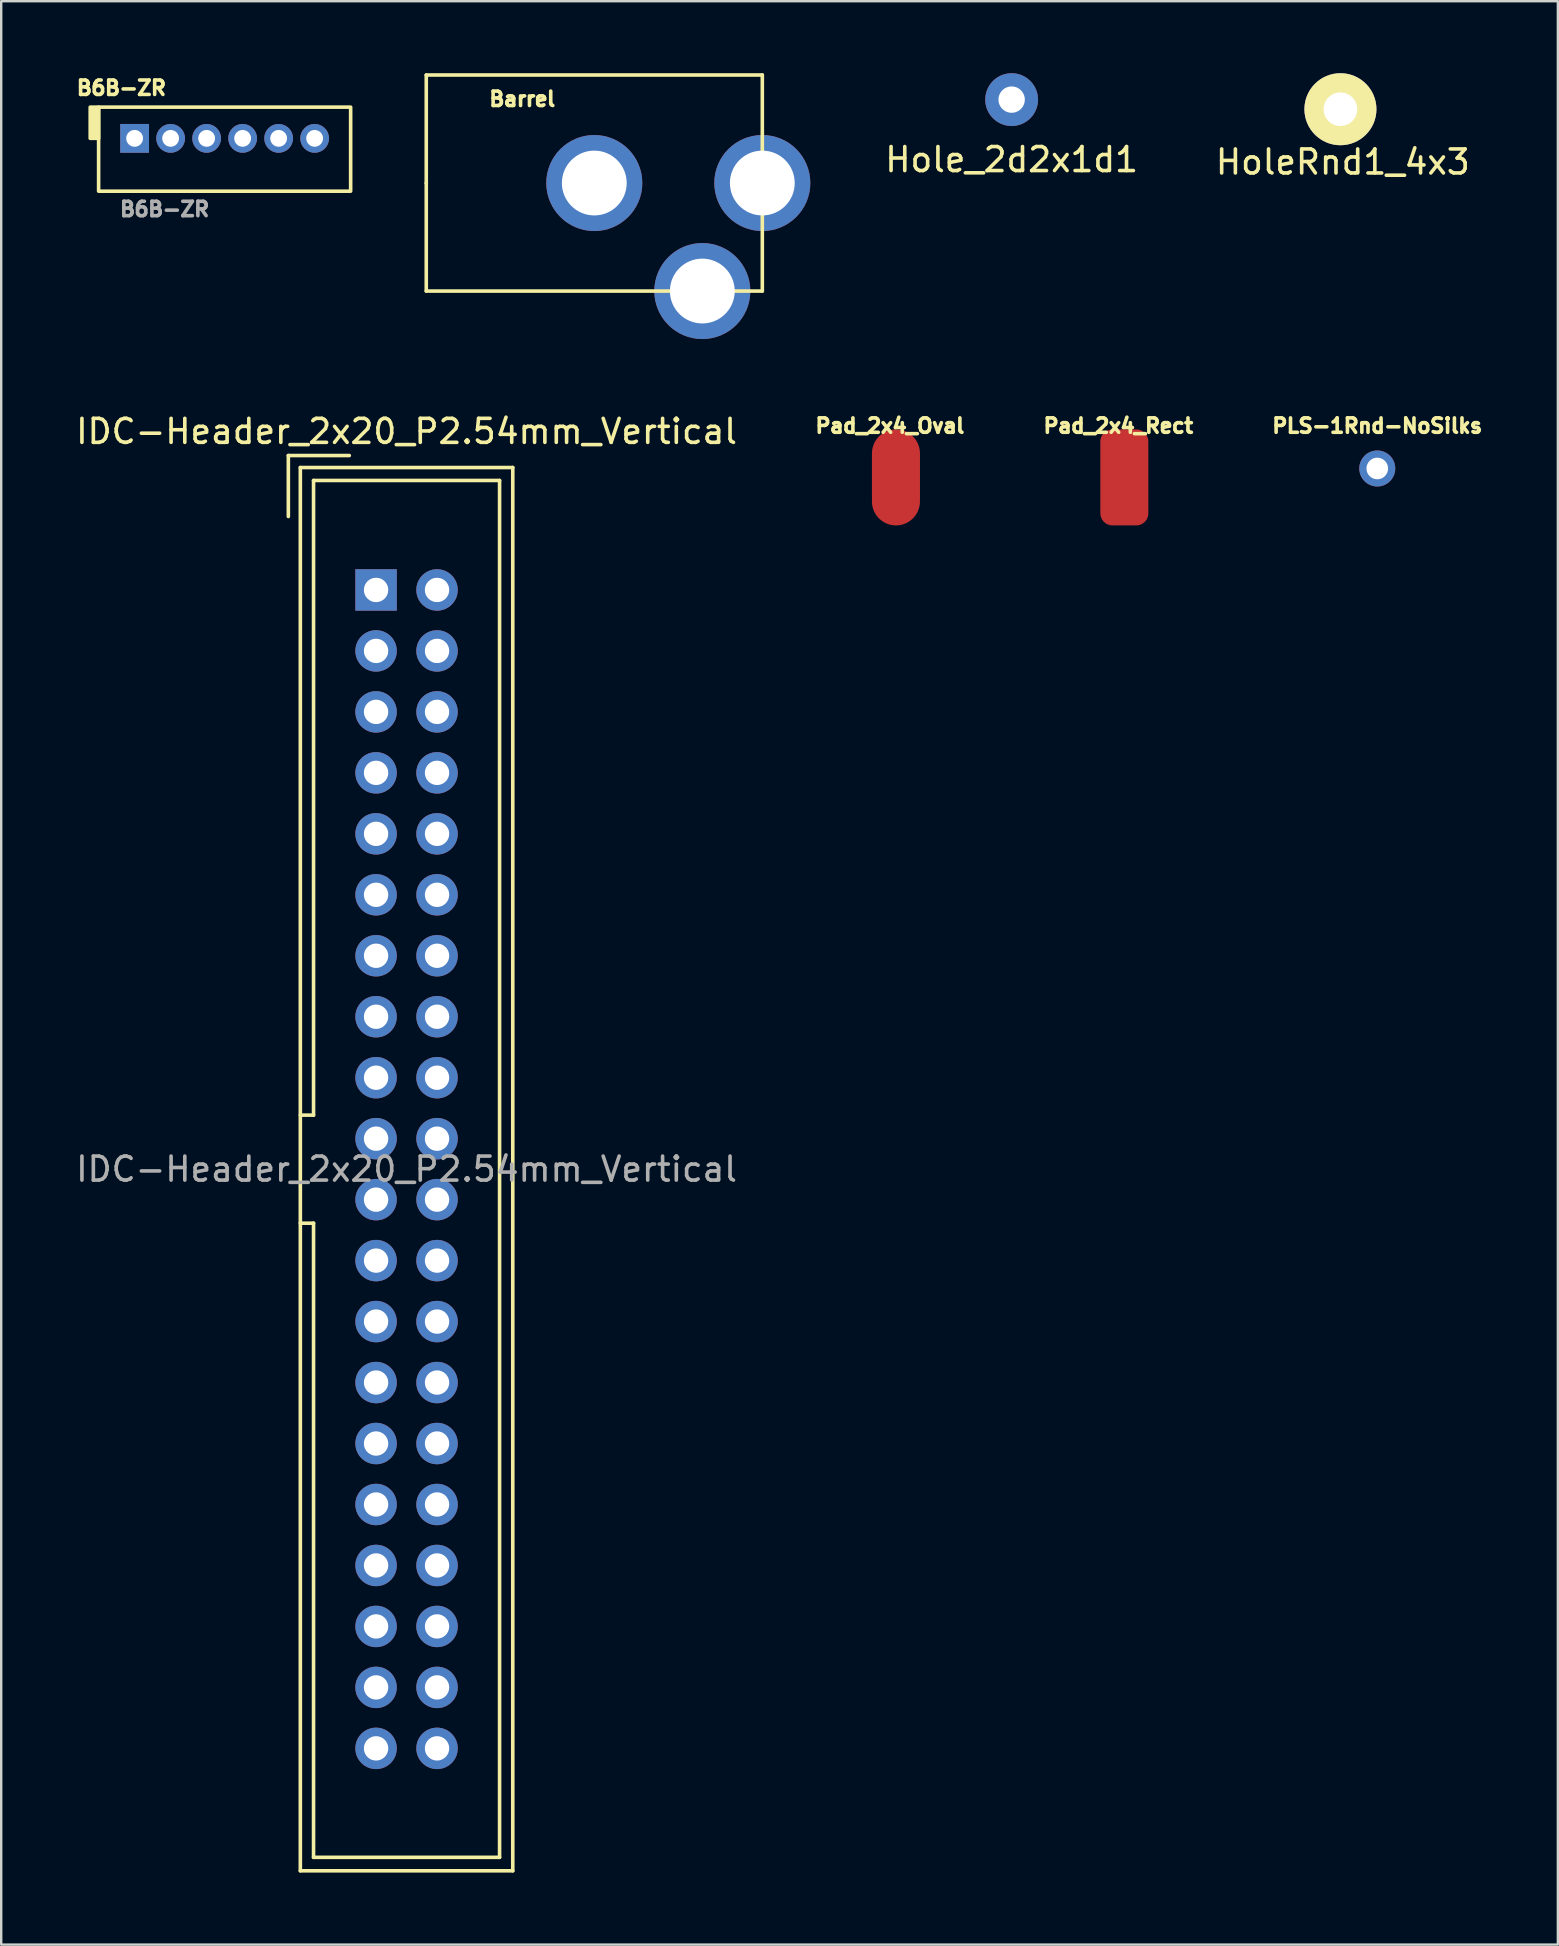
<source format=kicad_pcb>
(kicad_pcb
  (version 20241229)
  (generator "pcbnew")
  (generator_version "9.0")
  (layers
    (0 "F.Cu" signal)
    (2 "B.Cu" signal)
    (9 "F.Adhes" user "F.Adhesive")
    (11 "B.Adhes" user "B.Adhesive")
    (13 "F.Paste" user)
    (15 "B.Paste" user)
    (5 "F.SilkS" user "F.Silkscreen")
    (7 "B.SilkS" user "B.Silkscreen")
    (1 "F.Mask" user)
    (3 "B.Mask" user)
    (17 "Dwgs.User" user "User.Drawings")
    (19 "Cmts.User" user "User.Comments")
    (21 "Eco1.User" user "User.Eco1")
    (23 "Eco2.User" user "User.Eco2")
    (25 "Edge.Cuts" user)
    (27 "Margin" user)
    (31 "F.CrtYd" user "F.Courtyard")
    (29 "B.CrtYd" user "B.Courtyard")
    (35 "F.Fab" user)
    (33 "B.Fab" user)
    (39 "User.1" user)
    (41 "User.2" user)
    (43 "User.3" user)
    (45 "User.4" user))
  (footprint "IDC-Header_2x20_P2.54mm_Vertical"
    (layer "F.Cu")
    (at 12.617 21.527)
    (property "Reference" "IDC-Header_2x20_P2.54mm_Vertical" (at 1.27 -6.604 0) (layer "F.SilkS") (effects (font (size 1 1) (thickness 0.15))))
    (attr through_hole)
    (fp_line (start -3.655 -5.6) (end -3.655 -3.06) (stroke (width 0.15) (type solid)) (layer "F.SilkS"))
    (fp_line (start -3.655 -5.6) (end -1.115 -5.6) (stroke (width 0.15) (type solid)) (layer "F.SilkS"))
    (fp_line (start -3.155 -5.1) (end -3.155 53.36) (stroke (width 0.15) (type solid)) (layer "F.SilkS"))
    (fp_line (start -2.605 -4.56) (end -2.605 21.88) (stroke (width 0.15) (type solid)) (layer "F.SilkS"))
    (fp_line (start -2.605 21.88) (end -3.155 21.88) (stroke (width 0.15) (type solid)) (layer "F.SilkS"))
    (fp_line (start -2.605 26.38) (end -3.155 26.38) (stroke (width 0.15) (type solid)) (layer "F.SilkS"))
    (fp_line (start -2.605 26.38) (end -2.605 52.8) (stroke (width 0.15) (type solid)) (layer "F.SilkS"))
    (fp_line (start 5.145 -4.56) (end -2.605 -4.56) (stroke (width 0.15) (type solid)) (layer "F.SilkS"))
    (fp_line (start 5.145 -4.56) (end 5.145 52.8) (stroke (width 0.15) (type solid)) (layer "F.SilkS"))
    (fp_line (start 5.145 52.8) (end -2.605 52.8) (stroke (width 0.15) (type solid)) (layer "F.SilkS"))
    (fp_line (start 5.695 -5.1) (end -3.155 -5.1) (stroke (width 0.15) (type solid)) (layer "F.SilkS"))
    (fp_line (start 5.695 -5.1) (end 5.695 53.36) (stroke (width 0.15) (type solid)) (layer "F.SilkS"))
    (fp_line (start 5.695 53.36) (end -3.155 53.36) (stroke (width 0.15) (type solid)) (layer "F.SilkS"))
    (fp_text user "${REFERENCE}" (at 1.27 24.13 0) (layer "F.Fab") (effects (font (size 1 1) (thickness 0.15))))
    (pad "1" thru_hole rect (at 0 0) (size 1.727 1.727) (drill 1.016) (layers "*.Cu" "*.Mask"))
    (pad "2" thru_hole oval (at 2.54 0) (size 1.727 1.727) (drill 1.016) (layers "*.Cu" "*.Mask"))
    (pad "3" thru_hole oval (at 0 2.54) (size 1.727 1.727) (drill 1.016) (layers "*.Cu" "*.Mask"))
    (pad "4" thru_hole oval (at 2.54 2.54) (size 1.727 1.727) (drill 1.016) (layers "*.Cu" "*.Mask"))
    (pad "5" thru_hole oval (at 0 5.08) (size 1.727 1.727) (drill 1.016) (layers "*.Cu" "*.Mask"))
    (pad "6" thru_hole oval (at 2.54 5.08) (size 1.727 1.727) (drill 1.016) (layers "*.Cu" "*.Mask"))
    (pad "7" thru_hole oval (at 0 7.62) (size 1.727 1.727) (drill 1.016) (layers "*.Cu" "*.Mask"))
    (pad "8" thru_hole oval (at 2.54 7.62) (size 1.727 1.727) (drill 1.016) (layers "*.Cu" "*.Mask"))
    (pad "9" thru_hole oval (at 0 10.16) (size 1.727 1.727) (drill 1.016) (layers "*.Cu" "*.Mask"))
    (pad "10" thru_hole oval (at 2.54 10.16) (size 1.727 1.727) (drill 1.016) (layers "*.Cu" "*.Mask"))
    (pad "11" thru_hole oval (at 0 12.7) (size 1.727 1.727) (drill 1.016) (layers "*.Cu" "*.Mask"))
    (pad "12" thru_hole oval (at 2.54 12.7) (size 1.727 1.727) (drill 1.016) (layers "*.Cu" "*.Mask"))
    (pad "13" thru_hole oval (at 0 15.24) (size 1.727 1.727) (drill 1.016) (layers "*.Cu" "*.Mask"))
    (pad "14" thru_hole oval (at 2.54 15.24) (size 1.727 1.727) (drill 1.016) (layers "*.Cu" "*.Mask"))
    (pad "15" thru_hole oval (at 0 17.78) (size 1.727 1.727) (drill 1.016) (layers "*.Cu" "*.Mask"))
    (pad "16" thru_hole oval (at 2.54 17.78) (size 1.727 1.727) (drill 1.016) (layers "*.Cu" "*.Mask"))
    (pad "17" thru_hole oval (at 0 20.32) (size 1.727 1.727) (drill 1.016) (layers "*.Cu" "*.Mask"))
    (pad "18" thru_hole oval (at 2.54 20.32) (size 1.727 1.727) (drill 1.016) (layers "*.Cu" "*.Mask"))
    (pad "19" thru_hole oval (at 0 22.86) (size 1.727 1.727) (drill 1.016) (layers "*.Cu" "*.Mask"))
    (pad "20" thru_hole oval (at 2.54 22.86) (size 1.727 1.727) (drill 1.016) (layers "*.Cu" "*.Mask"))
    (pad "21" thru_hole oval (at 0 25.4) (size 1.727 1.727) (drill 1.016) (layers "*.Cu" "*.Mask"))
    (pad "22" thru_hole oval (at 2.54 25.4) (size 1.727 1.727) (drill 1.016) (layers "*.Cu" "*.Mask"))
    (pad "23" thru_hole oval (at 0 27.94) (size 1.727 1.727) (drill 1.016) (layers "*.Cu" "*.Mask"))
    (pad "24" thru_hole oval (at 2.54 27.94) (size 1.727 1.727) (drill 1.016) (layers "*.Cu" "*.Mask"))
    (pad "25" thru_hole oval (at 0 30.48) (size 1.727 1.727) (drill 1.016) (layers "*.Cu" "*.Mask"))
    (pad "26" thru_hole oval (at 2.54 30.48) (size 1.727 1.727) (drill 1.016) (layers "*.Cu" "*.Mask"))
    (pad "27" thru_hole oval (at 0 33.02) (size 1.727 1.727) (drill 1.016) (layers "*.Cu" "*.Mask"))
    (pad "28" thru_hole oval (at 2.54 33.02) (size 1.727 1.727) (drill 1.016) (layers "*.Cu" "*.Mask"))
    (pad "29" thru_hole oval (at 0 35.56) (size 1.727 1.727) (drill 1.016) (layers "*.Cu" "*.Mask"))
    (pad "30" thru_hole oval (at 2.54 35.56) (size 1.727 1.727) (drill 1.016) (layers "*.Cu" "*.Mask"))
    (pad "31" thru_hole oval (at 0 38.1) (size 1.727 1.727) (drill 1.016) (layers "*.Cu" "*.Mask"))
    (pad "32" thru_hole oval (at 2.54 38.1) (size 1.727 1.727) (drill 1.016) (layers "*.Cu" "*.Mask"))
    (pad "33" thru_hole oval (at 0 40.64) (size 1.727 1.727) (drill 1.016) (layers "*.Cu" "*.Mask"))
    (pad "34" thru_hole oval (at 2.54 40.64) (size 1.727 1.727) (drill 1.016) (layers "*.Cu" "*.Mask"))
    (pad "35" thru_hole oval (at 0 43.18) (size 1.727 1.727) (drill 1.016) (layers "*.Cu" "*.Mask"))
    (pad "36" thru_hole oval (at 2.54 43.18) (size 1.727 1.727) (drill 1.016) (layers "*.Cu" "*.Mask"))
    (pad "37" thru_hole oval (at 0 45.72) (size 1.727 1.727) (drill 1.016) (layers "*.Cu" "*.Mask"))
    (pad "38" thru_hole oval (at 2.54 45.72) (size 1.727 1.727) (drill 1.016) (layers "*.Cu" "*.Mask"))
    (pad "39" thru_hole oval (at 0 48.26) (size 1.727 1.727) (drill 1.016) (layers "*.Cu" "*.Mask"))
    (pad "40" thru_hole oval (at 2.54 48.26) (size 1.727 1.727) (drill 1.016) (layers "*.Cu" "*.Mask")))
  (footprint "HoleRnd1_4x3"
    (layer "F.Cu")
    (at 52.792 1.5)
    (property "Reference" "HoleRnd1_4x3" (at 0.1 2.2 0) (layer "F.SilkS") (effects (font (size 1 1) (thickness 0.15))))
    (attr through_hole)
    (pad "1" thru_hole circle (at 0 0) (size 3 3) (drill 1.4) (layers "*.Cu" "*.Mask" "F.SilkS")))
  (footprint "B6B-ZR"
    (layer "F.Cu")
    (at 2.558 2.714)
    (property "Reference" "B6B-ZR" (at -0.55 -2.1 0) (unlocked yes) (layer "F.SilkS") (effects (font (size 0.6 0.6) (thickness 0.15) (bold yes))))
    (attr through_hole)
    (fp_rect (start -1.85 -1.3) (end -1.5 0) (stroke (width 0.15) (type default)) (fill yes) (layer "F.SilkS"))
    (fp_rect (start -1.5 -1.3) (end 9 2.2) (stroke (width 0.15) (type default)) (fill no) (layer "F.SilkS"))
    (fp_text user "${REFERENCE}" (at 1.25 2.95 0) (unlocked yes) (layer "F.Fab") (effects (font (size 0.6 0.6) (thickness 0.15) (bold yes))))
    (pad "1" thru_hole rect (at 0 0) (size 1.2 1.2) (drill 0.7) (layers "*.Cu" "*.Mask"))
    (pad "2" thru_hole circle (at 1.5 0) (size 1.2 1.2) (drill 0.7) (layers "*.Cu" "*.Mask"))
    (pad "3" thru_hole circle (at 3 0) (size 1.2 1.2) (drill 0.7) (layers "*.Cu" "*.Mask"))
    (pad "4" thru_hole circle (at 4.5 0) (size 1.2 1.2) (drill 0.7) (layers "*.Cu" "*.Mask"))
    (pad "5" thru_hole circle (at 6 0) (size 1.2 1.2) (drill 0.7) (layers "*.Cu" "*.Mask"))
    (pad "6" thru_hole circle (at 7.5 0) (size 1.2 1.2) (drill 0.7) (layers "*.Cu" "*.Mask")))
  (footprint "Hole_2d2x1d1"
    (layer "F.Cu")
    (at 39.095 1.1)
    (property "Reference" "Hole_2d2x1d1" (at 0 2.5 0) (layer "F.SilkS") (effects (font (size 1 1) (thickness 0.15))))
    (attr through_hole)
    (pad "1" thru_hole circle (at 0 0) (size 2.2 2.2) (drill 1.1) (layers "*.Cu" "*.Mask")))
  (footprint "Pad_2x4_Rect"
    (layer "F.Cu")
    (at 43.79 16.839)
    (property "Reference" "Pad_2x4_Rect" (at -0.25 -2.15 0) (layer "F.SilkS") (effects (font (size 0.6 0.6) (thickness 0.15))))
    (attr through_hole)
    (pad "1" smd roundrect (at 0 0) (size 2 4) (layers "F.Cu" "F.Mask") (roundrect_rratio 0.25)))
  (footprint "PLS-1Rnd-NoSilks"
    (layer "F.Cu")
    (at 54.327 16.467)
    (property "Reference" "PLS-1Rnd-NoSilks" (at 0 -1.778 0) (layer "F.SilkS") (effects (font (size 0.6 0.6) (thickness 0.15))))
    (attr through_hole)
    (pad "1" thru_hole circle (at 0 0) (size 1.5 1.5) (drill 0.9) (layers "*.Cu" "*.Mask")))
  (footprint "Pad_2x4_Oval"
    (layer "F.Cu")
    (at 34.275 16.839)
    (property "Reference" "Pad_2x4_Oval" (at -0.25 -2.15 0) (layer "F.SilkS") (effects (font (size 0.6 0.6) (thickness 0.15))))
    (attr through_hole)
    (pad "1" smd oval (at 0 0) (size 2 4) (layers "F.Cu" "F.Mask")))
  (footprint "Barrel"
    (layer "F.Cu")
    (at 28.708 4.575)
    (property "Reference" "Barrel" (at -10 -3.5 0) (layer "F.SilkS") (effects (font (size 0.6 0.6) (thickness 0.15))))
    (attr through_hole)
    (fp_line (start -14 -4.5) (end 0 -4.5) (stroke (width 0.15) (type solid)) (layer "F.SilkS"))
    (fp_line (start -14 0) (end -14 -4.5) (stroke (width 0.15) (type solid)) (layer "F.SilkS"))
    (fp_line (start -14 4.5) (end -14 0) (stroke (width 0.15) (type solid)) (layer "F.SilkS"))
    (fp_line (start 0 -4.5) (end 0 4.5) (stroke (width 0.15) (type solid)) (layer "F.SilkS"))
    (fp_line (start 0 4.5) (end -14 4.5) (stroke (width 0.15) (type solid)) (layer "F.SilkS"))
    (pad "GND" thru_hole circle (at -7 0) (size 4 4) (drill 2.7) (layers "*.Cu" "*.Mask"))
    (pad "PWR" thru_hole circle (at 0 0) (size 4 4) (drill 2.7) (layers "*.Cu" "*.Mask"))
    (pad "SW" thru_hole circle (at -2.5 4.5) (size 4 4) (drill 2.7) (layers "*.Cu" "*.Mask")))
  (gr_rect
    (start -3 -3)
    (end 61.85 77.962)
    (stroke (width 0.1) (type default))
    (fill no)
    (layer "Edge.Cuts")))
</source>
